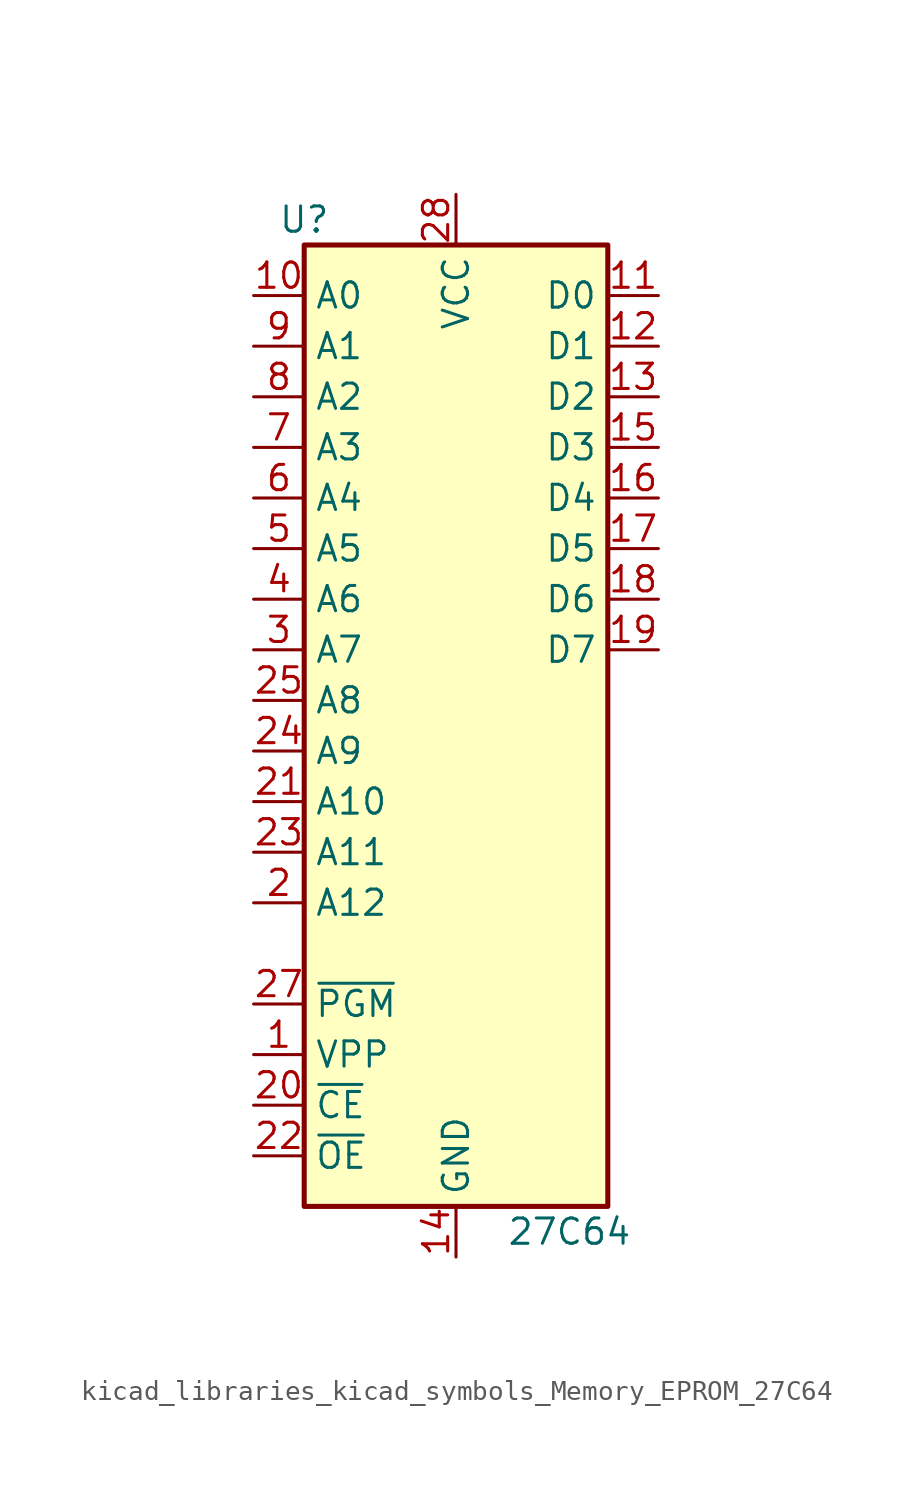
<source format=kicad_sym>
(kicad_symbol_lib
  (version 20220914)
  (generator kicad_symbol_editor)
  (symbol "kicad_libraries_kicad_symbols_Memory_EPROM_27C64"
    (property "Reference" "U"
      (at -7.62 24.13 0)
      (effects (font (size 1.27 1.27))))
    (property "Value" "27C64"
      (at 2.54 -26.67 0)
      (effects (font (size 1.27 1.27)) (justify left)))
    (symbol "kicad_libraries_kicad_symbols_Memory_EPROM_27C64_1_1"
      (rectangle (start -7.62 22.86) (end 7.62 -25.4) (stroke (width 0.254) (type default)) (fill (type background)))
      (pin input line (at -10.16 -17.78 0) (length 2.54) (name "VPP" (effects (font (size 1.27 1.27)))) (number "1" (effects (font (size 1.27 1.27)))))
      (pin input line (at -10.16 20.32 0) (length 2.54) (name "A0" (effects (font (size 1.27 1.27)))) (number "10" (effects (font (size 1.27 1.27)))))
      (pin tri_state line (at 10.16 20.32 180) (length 2.54) (name "D0" (effects (font (size 1.27 1.27)))) (number "11" (effects (font (size 1.27 1.27)))))
      (pin tri_state line (at 10.16 17.78 180) (length 2.54) (name "D1" (effects (font (size 1.27 1.27)))) (number "12" (effects (font (size 1.27 1.27)))))
      (pin tri_state line (at 10.16 15.24 180) (length 2.54) (name "D2" (effects (font (size 1.27 1.27)))) (number "13" (effects (font (size 1.27 1.27)))))
      (pin power_in line (at 0 -27.94 90) (length 2.54) (name "GND" (effects (font (size 1.27 1.27)))) (number "14" (effects (font (size 1.27 1.27)))))
      (pin tri_state line (at 10.16 12.7 180) (length 2.54) (name "D3" (effects (font (size 1.27 1.27)))) (number "15" (effects (font (size 1.27 1.27)))))
      (pin tri_state line (at 10.16 10.16 180) (length 2.54) (name "D4" (effects (font (size 1.27 1.27)))) (number "16" (effects (font (size 1.27 1.27)))))
      (pin tri_state line (at 10.16 7.62 180) (length 2.54) (name "D5" (effects (font (size 1.27 1.27)))) (number "17" (effects (font (size 1.27 1.27)))))
      (pin tri_state line (at 10.16 5.08 180) (length 2.54) (name "D6" (effects (font (size 1.27 1.27)))) (number "18" (effects (font (size 1.27 1.27)))))
      (pin tri_state line (at 10.16 2.54 180) (length 2.54) (name "D7" (effects (font (size 1.27 1.27)))) (number "19" (effects (font (size 1.27 1.27)))))
      (pin input line (at -10.16 -10.16 0) (length 2.54) (name "A12" (effects (font (size 1.27 1.27)))) (number "2" (effects (font (size 1.27 1.27)))))
      (pin input line (at -10.16 -20.32 0) (length 2.54) (name "~{CE}" (effects (font (size 1.27 1.27)))) (number "20" (effects (font (size 1.27 1.27)))))
      (pin input line (at -10.16 -5.08 0) (length 2.54) (name "A10" (effects (font (size 1.27 1.27)))) (number "21" (effects (font (size 1.27 1.27)))))
      (pin input line (at -10.16 -22.86 0) (length 2.54) (name "~{OE}" (effects (font (size 1.27 1.27)))) (number "22" (effects (font (size 1.27 1.27)))))
      (pin input line (at -10.16 -7.62 0) (length 2.54) (name "A11" (effects (font (size 1.27 1.27)))) (number "23" (effects (font (size 1.27 1.27)))))
      (pin input line (at -10.16 -2.54 0) (length 2.54) (name "A9" (effects (font (size 1.27 1.27)))) (number "24" (effects (font (size 1.27 1.27)))))
      (pin input line (at -10.16 0 0) (length 2.54) (name "A8" (effects (font (size 1.27 1.27)))) (number "25" (effects (font (size 1.27 1.27)))))
      (pin no_connect line (at 7.62 0 180) (length 2.54) hide (name "NC" (effects (font (size 1.27 1.27)))) (number "26" (effects (font (size 1.27 1.27)))))
      (pin input line (at -10.16 -15.24 0) (length 2.54) (name "~{PGM}" (effects (font (size 1.27 1.27)))) (number "27" (effects (font (size 1.27 1.27)))))
      (pin power_in line (at 0 25.4 270) (length 2.54) (name "VCC" (effects (font (size 1.27 1.27)))) (number "28" (effects (font (size 1.27 1.27)))))
      (pin input line (at -10.16 2.54 0) (length 2.54) (name "A7" (effects (font (size 1.27 1.27)))) (number "3" (effects (font (size 1.27 1.27)))))
      (pin input line (at -10.16 5.08 0) (length 2.54) (name "A6" (effects (font (size 1.27 1.27)))) (number "4" (effects (font (size 1.27 1.27)))))
      (pin input line (at -10.16 7.62 0) (length 2.54) (name "A5" (effects (font (size 1.27 1.27)))) (number "5" (effects (font (size 1.27 1.27)))))
      (pin input line (at -10.16 10.16 0) (length 2.54) (name "A4" (effects (font (size 1.27 1.27)))) (number "6" (effects (font (size 1.27 1.27)))))
      (pin input line (at -10.16 12.7 0) (length 2.54) (name "A3" (effects (font (size 1.27 1.27)))) (number "7" (effects (font (size 1.27 1.27)))))
      (pin input line (at -10.16 15.24 0) (length 2.54) (name "A2" (effects (font (size 1.27 1.27)))) (number "8" (effects (font (size 1.27 1.27)))))
      (pin input line (at -10.16 17.78 0) (length 2.54) (name "A1" (effects (font (size 1.27 1.27)))) (number "9" (effects (font (size 1.27 1.27))))))))
</source>
